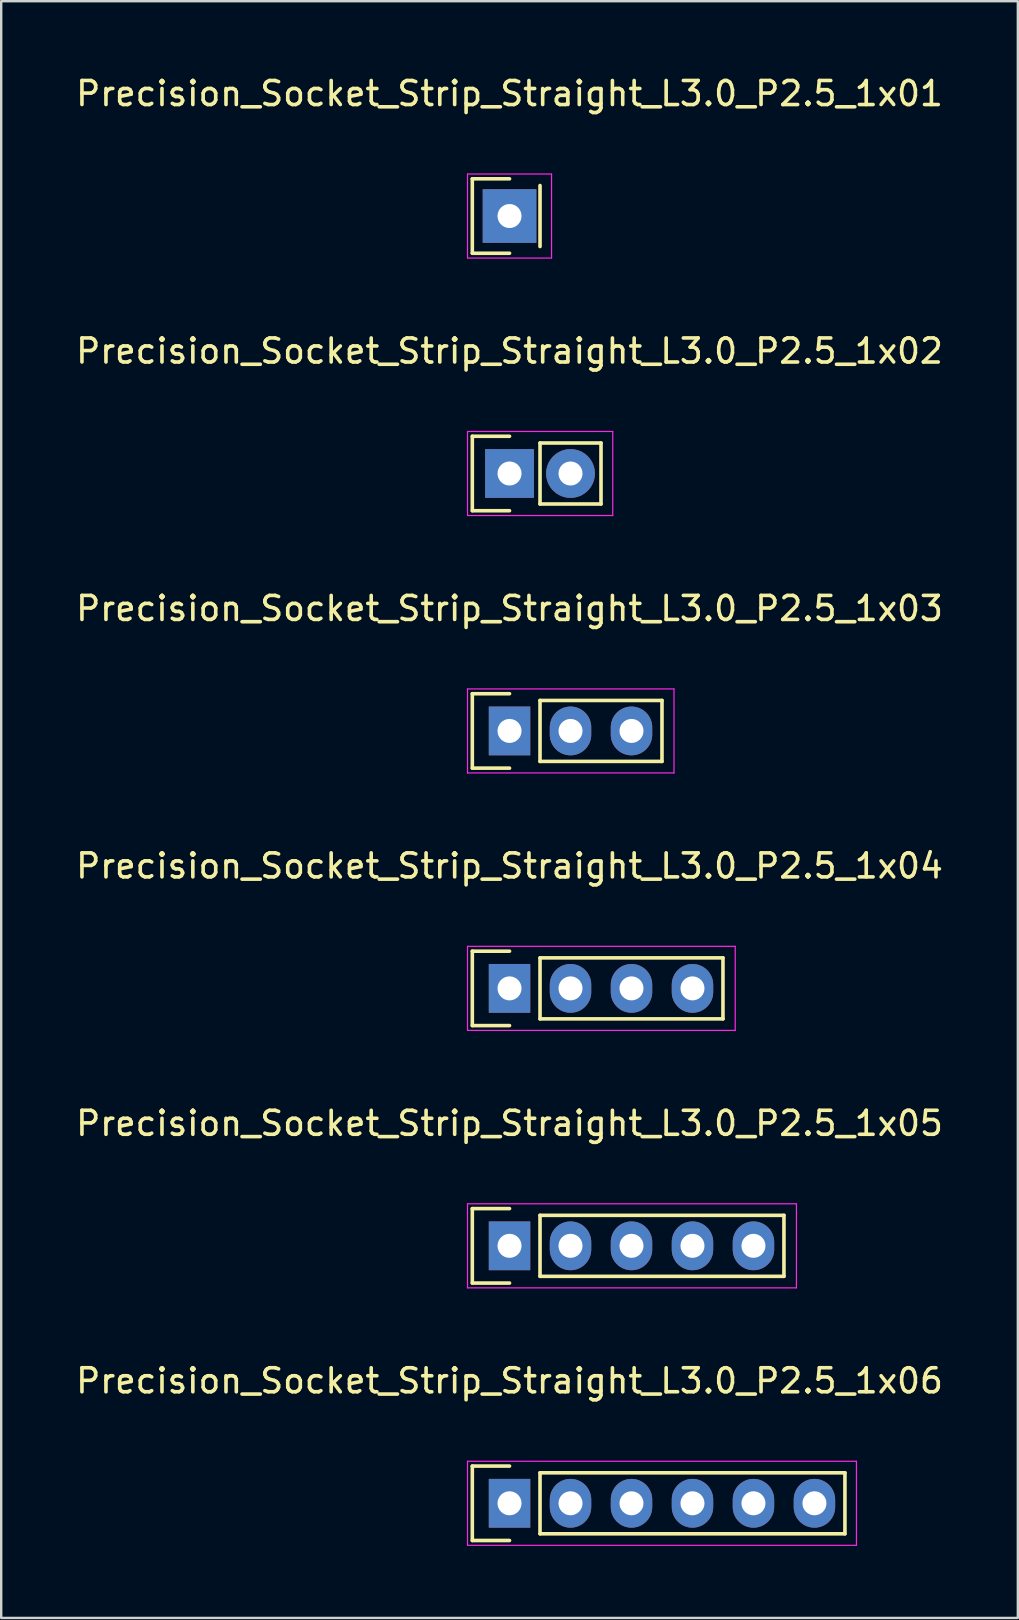
<source format=kicad_pcb>
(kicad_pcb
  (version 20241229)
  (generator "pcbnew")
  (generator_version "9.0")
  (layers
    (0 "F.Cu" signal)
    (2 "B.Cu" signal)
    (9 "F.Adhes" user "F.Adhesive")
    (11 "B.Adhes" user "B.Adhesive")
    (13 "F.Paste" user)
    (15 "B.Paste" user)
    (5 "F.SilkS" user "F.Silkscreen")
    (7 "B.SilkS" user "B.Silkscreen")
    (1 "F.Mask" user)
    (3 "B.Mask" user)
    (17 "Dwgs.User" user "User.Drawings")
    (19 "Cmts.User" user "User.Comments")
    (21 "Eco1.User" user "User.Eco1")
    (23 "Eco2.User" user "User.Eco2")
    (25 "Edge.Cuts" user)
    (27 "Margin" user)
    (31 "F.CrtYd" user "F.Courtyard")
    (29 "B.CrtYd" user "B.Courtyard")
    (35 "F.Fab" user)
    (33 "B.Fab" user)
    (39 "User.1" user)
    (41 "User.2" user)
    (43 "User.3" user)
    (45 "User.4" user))
  (footprint "Precision_Socket_Strip_Straight_L3.0_P2.5_1x05"
    (layer "F.Cu")
    (at 18.173 48.841)
    (property "Reference" "Precision_Socket_Strip_Straight_L3.0_P2.5_1x05" (at 0 -5.1 0) (layer "F.SilkS") (effects (font (size 1 1) (thickness 0.15))))
    (attr through_hole)
    (fp_line (start -1.55 -1.55) (end -1.55 1.55) (stroke (width 0.15) (type solid)) (layer "F.SilkS"))
    (fp_line (start -1.55 1.55) (end 0 1.55) (stroke (width 0.15) (type solid)) (layer "F.SilkS"))
    (fp_line (start 0 -1.55) (end -1.55 -1.55) (stroke (width 0.15) (type solid)) (layer "F.SilkS"))
    (fp_line (start 1.27 1.27) (end 1.27 -1.27) (stroke (width 0.15) (type solid)) (layer "F.SilkS"))
    (fp_line (start 1.27 1.27) (end 11.43 1.27) (stroke (width 0.15) (type solid)) (layer "F.SilkS"))
    (fp_line (start 11.43 -1.27) (end 1.27 -1.27) (stroke (width 0.15) (type solid)) (layer "F.SilkS"))
    (fp_line (start 11.43 1.27) (end 11.43 -1.27) (stroke (width 0.15) (type solid)) (layer "F.SilkS"))
    (fp_line (start -1.75 -1.75) (end -1.75 1.75) (stroke (width 0.05) (type solid)) (layer "F.CrtYd"))
    (fp_line (start -1.75 -1.75) (end 11.95 -1.75) (stroke (width 0.05) (type solid)) (layer "F.CrtYd"))
    (fp_line (start -1.75 1.75) (end 11.95 1.75) (stroke (width 0.05) (type solid)) (layer "F.CrtYd"))
    (fp_line (start 11.95 -1.75) (end 11.95 1.75) (stroke (width 0.05) (type solid)) (layer "F.CrtYd"))
    (pad "1" thru_hole rect (at 0 0) (size 1.727 2.032) (drill 1) (layers "*.Cu" "*.Mask"))
    (pad "2" thru_hole oval (at 2.54 0) (size 1.727 2.032) (drill 1) (layers "*.Cu" "*.Mask"))
    (pad "3" thru_hole oval (at 5.08 0) (size 1.727 2.032) (drill 1) (layers "*.Cu" "*.Mask"))
    (pad "4" thru_hole oval (at 7.62 0) (size 1.727 2.032) (drill 1) (layers "*.Cu" "*.Mask"))
    (pad "5" thru_hole oval (at 10.16 0) (size 1.727 2.032) (drill 1) (layers "*.Cu" "*.Mask")))
  (footprint "Precision_Socket_Strip_Straight_L3.0_P2.5_1x03"
    (layer "F.Cu")
    (at 18.173 27.395)
    (property "Reference" "Precision_Socket_Strip_Straight_L3.0_P2.5_1x03" (at 0 -5.1 0) (layer "F.SilkS") (effects (font (size 1 1) (thickness 0.15))))
    (attr through_hole)
    (fp_line (start -1.55 -1.55) (end -1.55 1.55) (stroke (width 0.15) (type solid)) (layer "F.SilkS"))
    (fp_line (start -1.55 1.55) (end 0 1.55) (stroke (width 0.15) (type solid)) (layer "F.SilkS"))
    (fp_line (start 0 -1.55) (end -1.55 -1.55) (stroke (width 0.15) (type solid)) (layer "F.SilkS"))
    (fp_line (start 1.27 -1.27) (end 6.35 -1.27) (stroke (width 0.15) (type solid)) (layer "F.SilkS"))
    (fp_line (start 1.27 1.27) (end 1.27 -1.27) (stroke (width 0.15) (type solid)) (layer "F.SilkS"))
    (fp_line (start 6.35 -1.27) (end 6.35 1.27) (stroke (width 0.15) (type solid)) (layer "F.SilkS"))
    (fp_line (start 6.35 1.27) (end 1.27 1.27) (stroke (width 0.15) (type solid)) (layer "F.SilkS"))
    (fp_line (start -1.75 -1.75) (end -1.75 1.75) (stroke (width 0.05) (type solid)) (layer "F.CrtYd"))
    (fp_line (start -1.75 -1.75) (end 6.85 -1.75) (stroke (width 0.05) (type solid)) (layer "F.CrtYd"))
    (fp_line (start -1.75 1.75) (end 6.85 1.75) (stroke (width 0.05) (type solid)) (layer "F.CrtYd"))
    (fp_line (start 6.85 -1.75) (end 6.85 1.75) (stroke (width 0.05) (type solid)) (layer "F.CrtYd"))
    (pad "1" thru_hole rect (at 0 0) (size 1.727 2.032) (drill 1) (layers "*.Cu" "*.Mask"))
    (pad "2" thru_hole oval (at 2.54 0) (size 1.727 2.032) (drill 1) (layers "*.Cu" "*.Mask"))
    (pad "3" thru_hole oval (at 5.08 0) (size 1.727 2.032) (drill 1) (layers "*.Cu" "*.Mask")))
  (footprint "Precision_Socket_Strip_Straight_L3.0_P2.5_1x04"
    (layer "F.Cu")
    (at 18.173 38.118)
    (property "Reference" "Precision_Socket_Strip_Straight_L3.0_P2.5_1x04" (at 0 -5.1 0) (layer "F.SilkS") (effects (font (size 1 1) (thickness 0.15))))
    (attr through_hole)
    (fp_line (start -1.55 -1.55) (end -1.55 1.55) (stroke (width 0.15) (type solid)) (layer "F.SilkS"))
    (fp_line (start -1.55 1.55) (end 0 1.55) (stroke (width 0.15) (type solid)) (layer "F.SilkS"))
    (fp_line (start 0 -1.55) (end -1.55 -1.55) (stroke (width 0.15) (type solid)) (layer "F.SilkS"))
    (fp_line (start 1.27 -1.27) (end 8.89 -1.27) (stroke (width 0.15) (type solid)) (layer "F.SilkS"))
    (fp_line (start 1.27 1.27) (end 1.27 -1.27) (stroke (width 0.15) (type solid)) (layer "F.SilkS"))
    (fp_line (start 1.27 1.27) (end 8.89 1.27) (stroke (width 0.15) (type solid)) (layer "F.SilkS"))
    (fp_line (start 8.89 -1.27) (end 8.89 1.27) (stroke (width 0.15) (type solid)) (layer "F.SilkS"))
    (fp_line (start -1.75 -1.75) (end -1.75 1.75) (stroke (width 0.05) (type solid)) (layer "F.CrtYd"))
    (fp_line (start -1.75 -1.75) (end 9.4 -1.75) (stroke (width 0.05) (type solid)) (layer "F.CrtYd"))
    (fp_line (start -1.75 1.75) (end 9.4 1.75) (stroke (width 0.05) (type solid)) (layer "F.CrtYd"))
    (fp_line (start 9.4 -1.75) (end 9.4 1.75) (stroke (width 0.05) (type solid)) (layer "F.CrtYd"))
    (pad "1" thru_hole rect (at 0 0) (size 1.727 2.032) (drill 1) (layers "*.Cu" "*.Mask"))
    (pad "2" thru_hole oval (at 2.54 0) (size 1.727 2.032) (drill 1) (layers "*.Cu" "*.Mask"))
    (pad "3" thru_hole oval (at 5.08 0) (size 1.727 2.032) (drill 1) (layers "*.Cu" "*.Mask"))
    (pad "4" thru_hole oval (at 7.62 0) (size 1.727 2.032) (drill 1) (layers "*.Cu" "*.Mask")))
  (footprint "Precision_Socket_Strip_Straight_L3.0_P2.5_1x06"
    (layer "F.Cu")
    (at 18.173 59.565)
    (property "Reference" "Precision_Socket_Strip_Straight_L3.0_P2.5_1x06" (at 0 -5.1 0) (layer "F.SilkS") (effects (font (size 1 1) (thickness 0.15))))
    (attr through_hole)
    (fp_line (start -1.55 -1.55) (end -1.55 1.55) (stroke (width 0.15) (type solid)) (layer "F.SilkS"))
    (fp_line (start -1.55 1.55) (end 0 1.55) (stroke (width 0.15) (type solid)) (layer "F.SilkS"))
    (fp_line (start 0 -1.55) (end -1.55 -1.55) (stroke (width 0.15) (type solid)) (layer "F.SilkS"))
    (fp_line (start 1.27 1.27) (end 1.27 -1.27) (stroke (width 0.15) (type solid)) (layer "F.SilkS"))
    (fp_line (start 1.27 1.27) (end 13.97 1.27) (stroke (width 0.15) (type solid)) (layer "F.SilkS"))
    (fp_line (start 13.97 -1.27) (end 1.27 -1.27) (stroke (width 0.15) (type solid)) (layer "F.SilkS"))
    (fp_line (start 13.97 1.27) (end 13.97 -1.27) (stroke (width 0.15) (type solid)) (layer "F.SilkS"))
    (fp_line (start -1.75 -1.75) (end -1.75 1.75) (stroke (width 0.05) (type solid)) (layer "F.CrtYd"))
    (fp_line (start -1.75 -1.75) (end 14.45 -1.75) (stroke (width 0.05) (type solid)) (layer "F.CrtYd"))
    (fp_line (start -1.75 1.75) (end 14.45 1.75) (stroke (width 0.05) (type solid)) (layer "F.CrtYd"))
    (fp_line (start 14.45 -1.75) (end 14.45 1.75) (stroke (width 0.05) (type solid)) (layer "F.CrtYd"))
    (pad "1" thru_hole rect (at 0 0) (size 1.727 2.032) (drill 1) (layers "*.Cu" "*.Mask"))
    (pad "2" thru_hole oval (at 2.54 0) (size 1.727 2.032) (drill 1) (layers "*.Cu" "*.Mask"))
    (pad "3" thru_hole oval (at 5.08 0) (size 1.727 2.032) (drill 1) (layers "*.Cu" "*.Mask"))
    (pad "4" thru_hole oval (at 7.62 0) (size 1.727 2.032) (drill 1) (layers "*.Cu" "*.Mask"))
    (pad "5" thru_hole oval (at 10.16 0) (size 1.727 2.032) (drill 1) (layers "*.Cu" "*.Mask"))
    (pad "6" thru_hole oval (at 12.7 0) (size 1.727 2.032) (drill 1) (layers "*.Cu" "*.Mask")))
  (footprint "Precision_Socket_Strip_Straight_L3.0_P2.5_1x01"
    (layer "F.Cu")
    (at 18.173 5.948)
    (property "Reference" "Precision_Socket_Strip_Straight_L3.0_P2.5_1x01" (at 0 -5.1 0) (layer "F.SilkS") (effects (font (size 1 1) (thickness 0.15))))
    (attr through_hole)
    (fp_line (start -1.55 -1.55) (end -1.55 1.55) (stroke (width 0.15) (type solid)) (layer "F.SilkS"))
    (fp_line (start -1.55 -1.55) (end 0 -1.55) (stroke (width 0.15) (type solid)) (layer "F.SilkS"))
    (fp_line (start -1.55 1.55) (end 0 1.55) (stroke (width 0.15) (type solid)) (layer "F.SilkS"))
    (fp_line (start 1.27 1.27) (end 1.27 -1.27) (stroke (width 0.15) (type solid)) (layer "F.SilkS"))
    (fp_line (start -1.75 -1.75) (end -1.75 1.75) (stroke (width 0.05) (type solid)) (layer "F.CrtYd"))
    (fp_line (start -1.75 -1.75) (end 1.75 -1.75) (stroke (width 0.05) (type solid)) (layer "F.CrtYd"))
    (fp_line (start -1.75 1.75) (end 1.75 1.75) (stroke (width 0.05) (type solid)) (layer "F.CrtYd"))
    (fp_line (start 1.75 -1.75) (end 1.75 1.75) (stroke (width 0.05) (type solid)) (layer "F.CrtYd"))
    (pad "1" thru_hole rect (at 0 0) (size 2.235 2.235) (drill 1) (layers "*.Cu" "*.Mask")))
  (footprint "Precision_Socket_Strip_Straight_L3.0_P2.5_1x02"
    (layer "F.Cu")
    (at 18.173 16.672)
    (property "Reference" "Precision_Socket_Strip_Straight_L3.0_P2.5_1x02" (at 0 -5.1 0) (layer "F.SilkS") (effects (font (size 1 1) (thickness 0.15))))
    (attr through_hole)
    (fp_line (start -1.55 -1.55) (end -1.55 1.55) (stroke (width 0.15) (type solid)) (layer "F.SilkS"))
    (fp_line (start -1.55 1.55) (end 0 1.55) (stroke (width 0.15) (type solid)) (layer "F.SilkS"))
    (fp_line (start 0 -1.55) (end -1.55 -1.55) (stroke (width 0.15) (type solid)) (layer "F.SilkS"))
    (fp_line (start 1.27 -1.27) (end 3.81 -1.27) (stroke (width 0.15) (type solid)) (layer "F.SilkS"))
    (fp_line (start 1.27 1.27) (end 1.27 -1.27) (stroke (width 0.15) (type solid)) (layer "F.SilkS"))
    (fp_line (start 3.81 -1.27) (end 3.81 1.27) (stroke (width 0.15) (type solid)) (layer "F.SilkS"))
    (fp_line (start 3.81 1.27) (end 1.27 1.27) (stroke (width 0.15) (type solid)) (layer "F.SilkS"))
    (fp_line (start -1.75 -1.75) (end -1.75 1.75) (stroke (width 0.05) (type solid)) (layer "F.CrtYd"))
    (fp_line (start -1.75 -1.75) (end 4.3 -1.75) (stroke (width 0.05) (type solid)) (layer "F.CrtYd"))
    (fp_line (start -1.75 1.75) (end 4.3 1.75) (stroke (width 0.05) (type solid)) (layer "F.CrtYd"))
    (fp_line (start 4.3 -1.75) (end 4.3 1.75) (stroke (width 0.05) (type solid)) (layer "F.CrtYd"))
    (pad "1" thru_hole rect (at 0 0) (size 2.032 2.032) (drill 1) (layers "*.Cu" "*.Mask"))
    (pad "2" thru_hole oval (at 2.54 0) (size 2.032 2.032) (drill 1) (layers "*.Cu" "*.Mask")))
  (gr_rect
    (start -3 -3)
    (end 39.345 64.34)
    (stroke (width 0.1) (type default))
    (fill no)
    (layer "Edge.Cuts")))
</source>
